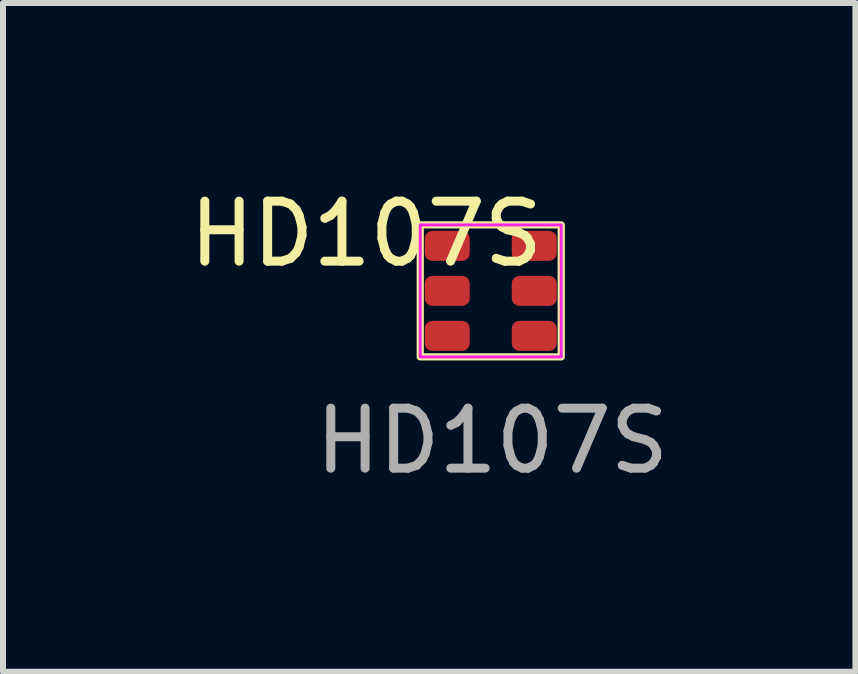
<source format=kicad_pcb>
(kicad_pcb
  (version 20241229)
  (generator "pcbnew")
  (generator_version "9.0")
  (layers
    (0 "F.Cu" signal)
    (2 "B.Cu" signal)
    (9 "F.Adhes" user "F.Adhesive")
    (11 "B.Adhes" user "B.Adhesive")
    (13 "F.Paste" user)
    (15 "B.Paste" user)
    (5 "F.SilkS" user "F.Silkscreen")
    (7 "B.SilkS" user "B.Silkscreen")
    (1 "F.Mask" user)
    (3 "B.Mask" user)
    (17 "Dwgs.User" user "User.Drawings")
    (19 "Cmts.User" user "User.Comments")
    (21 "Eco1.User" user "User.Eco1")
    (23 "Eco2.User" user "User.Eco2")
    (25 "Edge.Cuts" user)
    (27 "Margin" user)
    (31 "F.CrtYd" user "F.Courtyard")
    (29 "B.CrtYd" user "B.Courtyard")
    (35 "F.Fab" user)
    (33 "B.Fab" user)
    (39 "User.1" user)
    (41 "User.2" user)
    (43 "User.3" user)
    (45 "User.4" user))
  (footprint "HD107S"
    (layer "F.Cu")
    (at 5.154 1.798)
    (property "Reference" "HD107S" (at -2.1 -0.95 0) (unlocked yes) (layer "F.SilkS") (effects (font (size 1 1) (thickness 0.15))))
    (attr smd)
    (fp_rect (start -1.2 -1.1) (end 1.15 1.1) (stroke (width 0.12) (type solid)) (fill no) (layer "F.SilkS"))
    (fp_rect (start -1.2 -1.1) (end 1.15 1.1) (stroke (width 0.05) (type solid)) (fill no) (layer "F.CrtYd"))
    (fp_text user "${REFERENCE}" (at 0 2.5 0) (unlocked yes) (layer "F.Fab") (effects (font (size 1 1) (thickness 0.15))))
    (pad "1" smd roundrect (at -0.75 -0.75) (size 0.75 0.5) (layers "F.Cu" "F.Mask" "F.Paste") (roundrect_rratio 0.25))
    (pad "2" smd roundrect (at -0.75 0) (size 0.75 0.5) (layers "F.Cu" "F.Mask" "F.Paste") (roundrect_rratio 0.25))
    (pad "3" smd roundrect (at -0.75 0.75) (size 0.75 0.5) (layers "F.Cu" "F.Mask" "F.Paste") (roundrect_rratio 0.25))
    (pad "4" smd roundrect (at 0.7 -0.75) (size 0.75 0.5) (layers "F.Cu" "F.Mask" "F.Paste") (roundrect_rratio 0.25))
    (pad "5" smd roundrect (at 0.7 0) (size 0.75 0.5) (layers "F.Cu" "F.Mask" "F.Paste") (roundrect_rratio 0.25))
    (pad "6" smd roundrect (at 0.7 0.75) (size 0.75 0.5) (layers "F.Cu" "F.Mask" "F.Paste") (roundrect_rratio 0.25)))
  (gr_rect
    (start -3 -3)
    (end 11.207 8.146)
    (stroke (width 0.1) (type default))
    (fill no)
    (layer "Edge.Cuts")))
</source>
